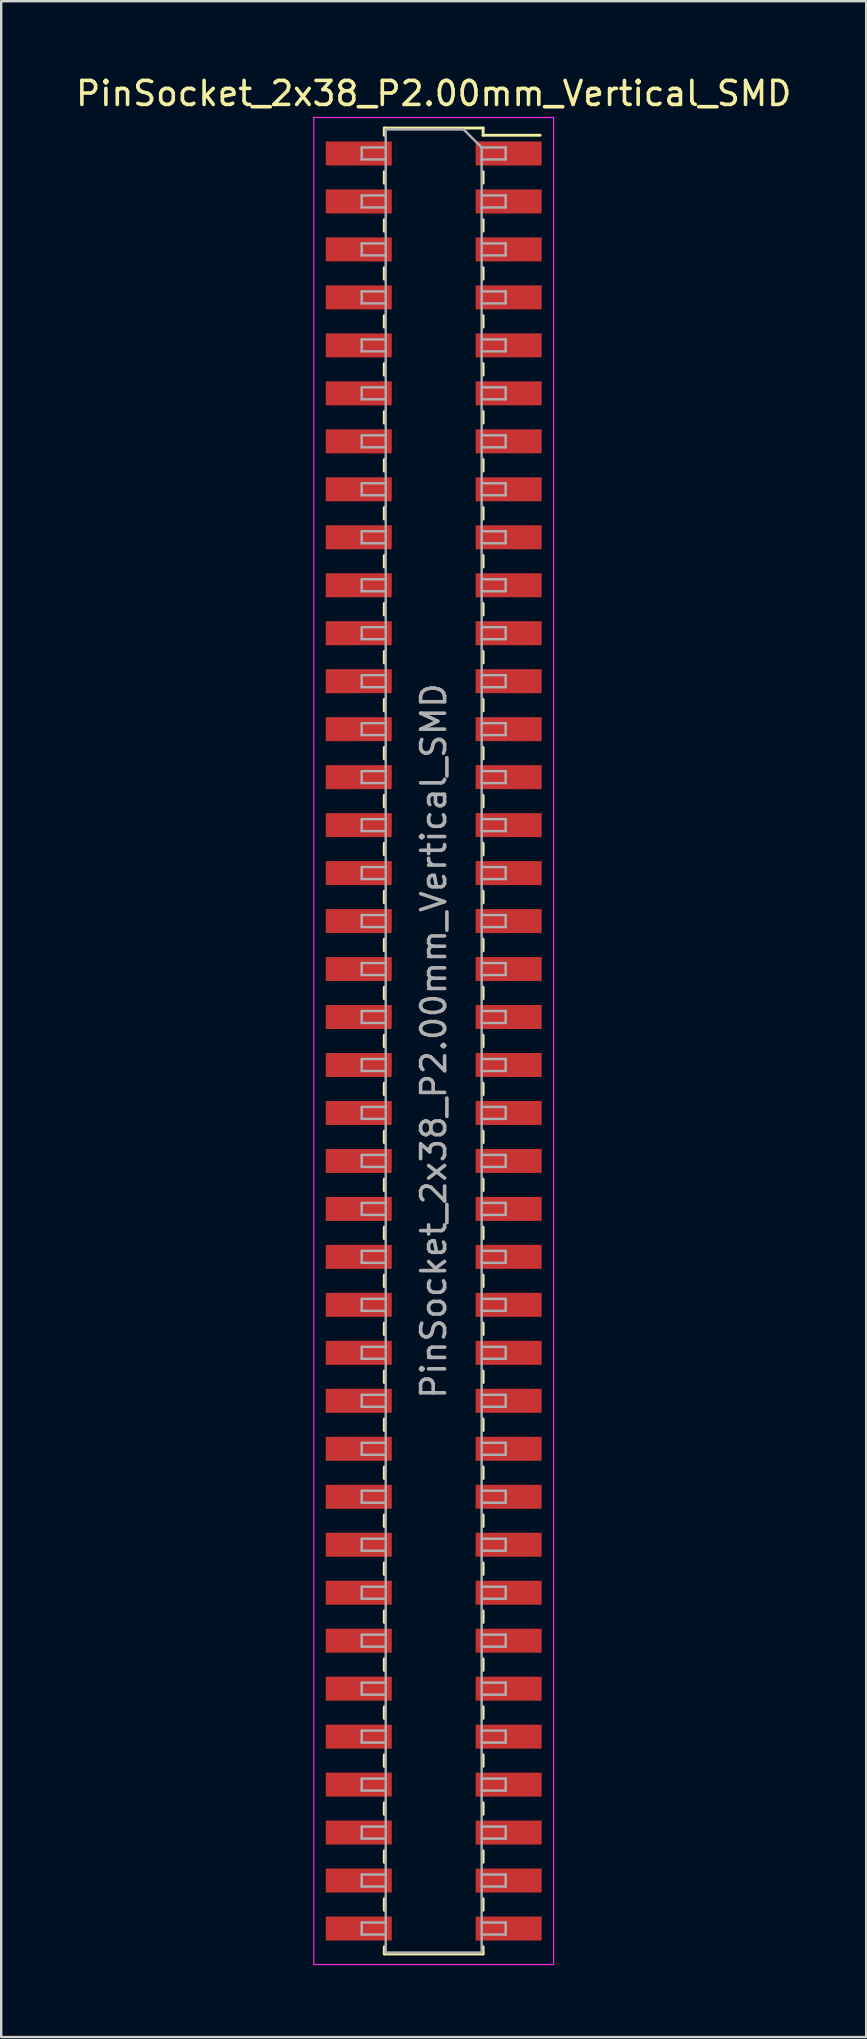
<source format=kicad_pcb>
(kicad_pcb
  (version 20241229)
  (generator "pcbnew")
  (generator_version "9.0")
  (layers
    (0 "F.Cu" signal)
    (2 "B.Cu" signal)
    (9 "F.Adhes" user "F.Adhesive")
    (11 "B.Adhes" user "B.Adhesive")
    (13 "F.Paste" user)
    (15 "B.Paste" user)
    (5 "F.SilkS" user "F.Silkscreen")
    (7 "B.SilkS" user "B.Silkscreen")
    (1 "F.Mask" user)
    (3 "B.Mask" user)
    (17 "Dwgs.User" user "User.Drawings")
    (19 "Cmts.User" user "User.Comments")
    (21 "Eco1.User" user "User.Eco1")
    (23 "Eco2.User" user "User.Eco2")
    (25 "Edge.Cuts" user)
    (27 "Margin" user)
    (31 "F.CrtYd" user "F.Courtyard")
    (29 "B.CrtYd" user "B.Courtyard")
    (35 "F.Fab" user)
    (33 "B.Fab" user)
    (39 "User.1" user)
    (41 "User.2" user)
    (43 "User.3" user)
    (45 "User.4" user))
  (footprint "PinSocket_2x38_P2.00mm_Vertical_SMD"
    (layer "F.Cu")
    (at 15.03 40.348)
    (property "Reference" "PinSocket_2x38_P2.00mm_Vertical_SMD" (at 0 -39.5 0) (layer "F.SilkS") (effects (font (size 1 1) (thickness 0.15))))
    (attr smd)
    (fp_line (start -2.06 -38.06) (end -2.06 -37.76) (stroke (width 0.12) (type solid)) (layer "F.SilkS"))
    (fp_line (start -2.06 -38.06) (end 2.06 -38.06) (stroke (width 0.12) (type solid)) (layer "F.SilkS"))
    (fp_line (start -2.06 -36.24) (end -2.06 -35.76) (stroke (width 0.12) (type solid)) (layer "F.SilkS"))
    (fp_line (start -2.06 -34.24) (end -2.06 -33.76) (stroke (width 0.12) (type solid)) (layer "F.SilkS"))
    (fp_line (start -2.06 -32.24) (end -2.06 -31.76) (stroke (width 0.12) (type solid)) (layer "F.SilkS"))
    (fp_line (start -2.06 -30.24) (end -2.06 -29.76) (stroke (width 0.12) (type solid)) (layer "F.SilkS"))
    (fp_line (start -2.06 -28.24) (end -2.06 -27.76) (stroke (width 0.12) (type solid)) (layer "F.SilkS"))
    (fp_line (start -2.06 -26.24) (end -2.06 -25.76) (stroke (width 0.12) (type solid)) (layer "F.SilkS"))
    (fp_line (start -2.06 -24.24) (end -2.06 -23.76) (stroke (width 0.12) (type solid)) (layer "F.SilkS"))
    (fp_line (start -2.06 -22.24) (end -2.06 -21.76) (stroke (width 0.12) (type solid)) (layer "F.SilkS"))
    (fp_line (start -2.06 -20.24) (end -2.06 -19.76) (stroke (width 0.12) (type solid)) (layer "F.SilkS"))
    (fp_line (start -2.06 -18.24) (end -2.06 -17.76) (stroke (width 0.12) (type solid)) (layer "F.SilkS"))
    (fp_line (start -2.06 -16.24) (end -2.06 -15.76) (stroke (width 0.12) (type solid)) (layer "F.SilkS"))
    (fp_line (start -2.06 -14.24) (end -2.06 -13.76) (stroke (width 0.12) (type solid)) (layer "F.SilkS"))
    (fp_line (start -2.06 -12.24) (end -2.06 -11.76) (stroke (width 0.12) (type solid)) (layer "F.SilkS"))
    (fp_line (start -2.06 -10.24) (end -2.06 -9.76) (stroke (width 0.12) (type solid)) (layer "F.SilkS"))
    (fp_line (start -2.06 -8.24) (end -2.06 -7.76) (stroke (width 0.12) (type solid)) (layer "F.SilkS"))
    (fp_line (start -2.06 -6.24) (end -2.06 -5.76) (stroke (width 0.12) (type solid)) (layer "F.SilkS"))
    (fp_line (start -2.06 -4.24) (end -2.06 -3.76) (stroke (width 0.12) (type solid)) (layer "F.SilkS"))
    (fp_line (start -2.06 -2.24) (end -2.06 -1.76) (stroke (width 0.12) (type solid)) (layer "F.SilkS"))
    (fp_line (start -2.06 -0.24) (end -2.06 0.24) (stroke (width 0.12) (type solid)) (layer "F.SilkS"))
    (fp_line (start -2.06 1.76) (end -2.06 2.24) (stroke (width 0.12) (type solid)) (layer "F.SilkS"))
    (fp_line (start -2.06 3.76) (end -2.06 4.24) (stroke (width 0.12) (type solid)) (layer "F.SilkS"))
    (fp_line (start -2.06 5.76) (end -2.06 6.24) (stroke (width 0.12) (type solid)) (layer "F.SilkS"))
    (fp_line (start -2.06 7.76) (end -2.06 8.24) (stroke (width 0.12) (type solid)) (layer "F.SilkS"))
    (fp_line (start -2.06 9.76) (end -2.06 10.24) (stroke (width 0.12) (type solid)) (layer "F.SilkS"))
    (fp_line (start -2.06 11.76) (end -2.06 12.24) (stroke (width 0.12) (type solid)) (layer "F.SilkS"))
    (fp_line (start -2.06 13.76) (end -2.06 14.24) (stroke (width 0.12) (type solid)) (layer "F.SilkS"))
    (fp_line (start -2.06 15.76) (end -2.06 16.24) (stroke (width 0.12) (type solid)) (layer "F.SilkS"))
    (fp_line (start -2.06 17.76) (end -2.06 18.24) (stroke (width 0.12) (type solid)) (layer "F.SilkS"))
    (fp_line (start -2.06 19.76) (end -2.06 20.24) (stroke (width 0.12) (type solid)) (layer "F.SilkS"))
    (fp_line (start -2.06 21.76) (end -2.06 22.24) (stroke (width 0.12) (type solid)) (layer "F.SilkS"))
    (fp_line (start -2.06 23.76) (end -2.06 24.24) (stroke (width 0.12) (type solid)) (layer "F.SilkS"))
    (fp_line (start -2.06 25.76) (end -2.06 26.24) (stroke (width 0.12) (type solid)) (layer "F.SilkS"))
    (fp_line (start -2.06 27.76) (end -2.06 28.24) (stroke (width 0.12) (type solid)) (layer "F.SilkS"))
    (fp_line (start -2.06 29.76) (end -2.06 30.24) (stroke (width 0.12) (type solid)) (layer "F.SilkS"))
    (fp_line (start -2.06 31.76) (end -2.06 32.24) (stroke (width 0.12) (type solid)) (layer "F.SilkS"))
    (fp_line (start -2.06 33.76) (end -2.06 34.24) (stroke (width 0.12) (type solid)) (layer "F.SilkS"))
    (fp_line (start -2.06 35.76) (end -2.06 36.24) (stroke (width 0.12) (type solid)) (layer "F.SilkS"))
    (fp_line (start -2.06 37.76) (end -2.06 38.06) (stroke (width 0.12) (type solid)) (layer "F.SilkS"))
    (fp_line (start -2.06 38.06) (end 2.06 38.06) (stroke (width 0.12) (type solid)) (layer "F.SilkS"))
    (fp_line (start 2.06 -38.06) (end 2.06 -37.76) (stroke (width 0.12) (type solid)) (layer "F.SilkS"))
    (fp_line (start 2.06 -37.76) (end 4.44 -37.76) (stroke (width 0.12) (type solid)) (layer "F.SilkS"))
    (fp_line (start 2.06 -36.24) (end 2.06 -35.76) (stroke (width 0.12) (type solid)) (layer "F.SilkS"))
    (fp_line (start 2.06 -34.24) (end 2.06 -33.76) (stroke (width 0.12) (type solid)) (layer "F.SilkS"))
    (fp_line (start 2.06 -32.24) (end 2.06 -31.76) (stroke (width 0.12) (type solid)) (layer "F.SilkS"))
    (fp_line (start 2.06 -30.24) (end 2.06 -29.76) (stroke (width 0.12) (type solid)) (layer "F.SilkS"))
    (fp_line (start 2.06 -28.24) (end 2.06 -27.76) (stroke (width 0.12) (type solid)) (layer "F.SilkS"))
    (fp_line (start 2.06 -26.24) (end 2.06 -25.76) (stroke (width 0.12) (type solid)) (layer "F.SilkS"))
    (fp_line (start 2.06 -24.24) (end 2.06 -23.76) (stroke (width 0.12) (type solid)) (layer "F.SilkS"))
    (fp_line (start 2.06 -22.24) (end 2.06 -21.76) (stroke (width 0.12) (type solid)) (layer "F.SilkS"))
    (fp_line (start 2.06 -20.24) (end 2.06 -19.76) (stroke (width 0.12) (type solid)) (layer "F.SilkS"))
    (fp_line (start 2.06 -18.24) (end 2.06 -17.76) (stroke (width 0.12) (type solid)) (layer "F.SilkS"))
    (fp_line (start 2.06 -16.24) (end 2.06 -15.76) (stroke (width 0.12) (type solid)) (layer "F.SilkS"))
    (fp_line (start 2.06 -14.24) (end 2.06 -13.76) (stroke (width 0.12) (type solid)) (layer "F.SilkS"))
    (fp_line (start 2.06 -12.24) (end 2.06 -11.76) (stroke (width 0.12) (type solid)) (layer "F.SilkS"))
    (fp_line (start 2.06 -10.24) (end 2.06 -9.76) (stroke (width 0.12) (type solid)) (layer "F.SilkS"))
    (fp_line (start 2.06 -8.24) (end 2.06 -7.76) (stroke (width 0.12) (type solid)) (layer "F.SilkS"))
    (fp_line (start 2.06 -6.24) (end 2.06 -5.76) (stroke (width 0.12) (type solid)) (layer "F.SilkS"))
    (fp_line (start 2.06 -4.24) (end 2.06 -3.76) (stroke (width 0.12) (type solid)) (layer "F.SilkS"))
    (fp_line (start 2.06 -2.24) (end 2.06 -1.76) (stroke (width 0.12) (type solid)) (layer "F.SilkS"))
    (fp_line (start 2.06 -0.24) (end 2.06 0.24) (stroke (width 0.12) (type solid)) (layer "F.SilkS"))
    (fp_line (start 2.06 1.76) (end 2.06 2.24) (stroke (width 0.12) (type solid)) (layer "F.SilkS"))
    (fp_line (start 2.06 3.76) (end 2.06 4.24) (stroke (width 0.12) (type solid)) (layer "F.SilkS"))
    (fp_line (start 2.06 5.76) (end 2.06 6.24) (stroke (width 0.12) (type solid)) (layer "F.SilkS"))
    (fp_line (start 2.06 7.76) (end 2.06 8.24) (stroke (width 0.12) (type solid)) (layer "F.SilkS"))
    (fp_line (start 2.06 9.76) (end 2.06 10.24) (stroke (width 0.12) (type solid)) (layer "F.SilkS"))
    (fp_line (start 2.06 11.76) (end 2.06 12.24) (stroke (width 0.12) (type solid)) (layer "F.SilkS"))
    (fp_line (start 2.06 13.76) (end 2.06 14.24) (stroke (width 0.12) (type solid)) (layer "F.SilkS"))
    (fp_line (start 2.06 15.76) (end 2.06 16.24) (stroke (width 0.12) (type solid)) (layer "F.SilkS"))
    (fp_line (start 2.06 17.76) (end 2.06 18.24) (stroke (width 0.12) (type solid)) (layer "F.SilkS"))
    (fp_line (start 2.06 19.76) (end 2.06 20.24) (stroke (width 0.12) (type solid)) (layer "F.SilkS"))
    (fp_line (start 2.06 21.76) (end 2.06 22.24) (stroke (width 0.12) (type solid)) (layer "F.SilkS"))
    (fp_line (start 2.06 23.76) (end 2.06 24.24) (stroke (width 0.12) (type solid)) (layer "F.SilkS"))
    (fp_line (start 2.06 25.76) (end 2.06 26.24) (stroke (width 0.12) (type solid)) (layer "F.SilkS"))
    (fp_line (start 2.06 27.76) (end 2.06 28.24) (stroke (width 0.12) (type solid)) (layer "F.SilkS"))
    (fp_line (start 2.06 29.76) (end 2.06 30.24) (stroke (width 0.12) (type solid)) (layer "F.SilkS"))
    (fp_line (start 2.06 31.76) (end 2.06 32.24) (stroke (width 0.12) (type solid)) (layer "F.SilkS"))
    (fp_line (start 2.06 33.76) (end 2.06 34.24) (stroke (width 0.12) (type solid)) (layer "F.SilkS"))
    (fp_line (start 2.06 35.76) (end 2.06 36.24) (stroke (width 0.12) (type solid)) (layer "F.SilkS"))
    (fp_line (start 2.06 37.76) (end 2.06 38.06) (stroke (width 0.12) (type solid)) (layer "F.SilkS"))
    (fp_line (start -5 -38.5) (end 5 -38.5) (stroke (width 0.05) (type solid)) (layer "F.CrtYd"))
    (fp_line (start -5 38.5) (end -5 -38.5) (stroke (width 0.05) (type solid)) (layer "F.CrtYd"))
    (fp_line (start 5 -38.5) (end 5 38.5) (stroke (width 0.05) (type solid)) (layer "F.CrtYd"))
    (fp_line (start 5 38.5) (end -5 38.5) (stroke (width 0.05) (type solid)) (layer "F.CrtYd"))
    (fp_line (start -3 -37.25) (end -2 -37.25) (stroke (width 0.1) (type solid)) (layer "F.Fab"))
    (fp_line (start -3 -36.75) (end -3 -37.25) (stroke (width 0.1) (type solid)) (layer "F.Fab"))
    (fp_line (start -3 -35.25) (end -2 -35.25) (stroke (width 0.1) (type solid)) (layer "F.Fab"))
    (fp_line (start -3 -34.75) (end -3 -35.25) (stroke (width 0.1) (type solid)) (layer "F.Fab"))
    (fp_line (start -3 -33.25) (end -2 -33.25) (stroke (width 0.1) (type solid)) (layer "F.Fab"))
    (fp_line (start -3 -32.75) (end -3 -33.25) (stroke (width 0.1) (type solid)) (layer "F.Fab"))
    (fp_line (start -3 -31.25) (end -2 -31.25) (stroke (width 0.1) (type solid)) (layer "F.Fab"))
    (fp_line (start -3 -30.75) (end -3 -31.25) (stroke (width 0.1) (type solid)) (layer "F.Fab"))
    (fp_line (start -3 -29.25) (end -2 -29.25) (stroke (width 0.1) (type solid)) (layer "F.Fab"))
    (fp_line (start -3 -28.75) (end -3 -29.25) (stroke (width 0.1) (type solid)) (layer "F.Fab"))
    (fp_line (start -3 -27.25) (end -2 -27.25) (stroke (width 0.1) (type solid)) (layer "F.Fab"))
    (fp_line (start -3 -26.75) (end -3 -27.25) (stroke (width 0.1) (type solid)) (layer "F.Fab"))
    (fp_line (start -3 -25.25) (end -2 -25.25) (stroke (width 0.1) (type solid)) (layer "F.Fab"))
    (fp_line (start -3 -24.75) (end -3 -25.25) (stroke (width 0.1) (type solid)) (layer "F.Fab"))
    (fp_line (start -3 -23.25) (end -2 -23.25) (stroke (width 0.1) (type solid)) (layer "F.Fab"))
    (fp_line (start -3 -22.75) (end -3 -23.25) (stroke (width 0.1) (type solid)) (layer "F.Fab"))
    (fp_line (start -3 -21.25) (end -2 -21.25) (stroke (width 0.1) (type solid)) (layer "F.Fab"))
    (fp_line (start -3 -20.75) (end -3 -21.25) (stroke (width 0.1) (type solid)) (layer "F.Fab"))
    (fp_line (start -3 -19.25) (end -2 -19.25) (stroke (width 0.1) (type solid)) (layer "F.Fab"))
    (fp_line (start -3 -18.75) (end -3 -19.25) (stroke (width 0.1) (type solid)) (layer "F.Fab"))
    (fp_line (start -3 -17.25) (end -2 -17.25) (stroke (width 0.1) (type solid)) (layer "F.Fab"))
    (fp_line (start -3 -16.75) (end -3 -17.25) (stroke (width 0.1) (type solid)) (layer "F.Fab"))
    (fp_line (start -3 -15.25) (end -2 -15.25) (stroke (width 0.1) (type solid)) (layer "F.Fab"))
    (fp_line (start -3 -14.75) (end -3 -15.25) (stroke (width 0.1) (type solid)) (layer "F.Fab"))
    (fp_line (start -3 -13.25) (end -2 -13.25) (stroke (width 0.1) (type solid)) (layer "F.Fab"))
    (fp_line (start -3 -12.75) (end -3 -13.25) (stroke (width 0.1) (type solid)) (layer "F.Fab"))
    (fp_line (start -3 -11.25) (end -2 -11.25) (stroke (width 0.1) (type solid)) (layer "F.Fab"))
    (fp_line (start -3 -10.75) (end -3 -11.25) (stroke (width 0.1) (type solid)) (layer "F.Fab"))
    (fp_line (start -3 -9.25) (end -2 -9.25) (stroke (width 0.1) (type solid)) (layer "F.Fab"))
    (fp_line (start -3 -8.75) (end -3 -9.25) (stroke (width 0.1) (type solid)) (layer "F.Fab"))
    (fp_line (start -3 -7.25) (end -2 -7.25) (stroke (width 0.1) (type solid)) (layer "F.Fab"))
    (fp_line (start -3 -6.75) (end -3 -7.25) (stroke (width 0.1) (type solid)) (layer "F.Fab"))
    (fp_line (start -3 -5.25) (end -2 -5.25) (stroke (width 0.1) (type solid)) (layer "F.Fab"))
    (fp_line (start -3 -4.75) (end -3 -5.25) (stroke (width 0.1) (type solid)) (layer "F.Fab"))
    (fp_line (start -3 -3.25) (end -2 -3.25) (stroke (width 0.1) (type solid)) (layer "F.Fab"))
    (fp_line (start -3 -2.75) (end -3 -3.25) (stroke (width 0.1) (type solid)) (layer "F.Fab"))
    (fp_line (start -3 -1.25) (end -2 -1.25) (stroke (width 0.1) (type solid)) (layer "F.Fab"))
    (fp_line (start -3 -0.75) (end -3 -1.25) (stroke (width 0.1) (type solid)) (layer "F.Fab"))
    (fp_line (start -3 0.75) (end -2 0.75) (stroke (width 0.1) (type solid)) (layer "F.Fab"))
    (fp_line (start -3 1.25) (end -3 0.75) (stroke (width 0.1) (type solid)) (layer "F.Fab"))
    (fp_line (start -3 2.75) (end -2 2.75) (stroke (width 0.1) (type solid)) (layer "F.Fab"))
    (fp_line (start -3 3.25) (end -3 2.75) (stroke (width 0.1) (type solid)) (layer "F.Fab"))
    (fp_line (start -3 4.75) (end -2 4.75) (stroke (width 0.1) (type solid)) (layer "F.Fab"))
    (fp_line (start -3 5.25) (end -3 4.75) (stroke (width 0.1) (type solid)) (layer "F.Fab"))
    (fp_line (start -3 6.75) (end -2 6.75) (stroke (width 0.1) (type solid)) (layer "F.Fab"))
    (fp_line (start -3 7.25) (end -3 6.75) (stroke (width 0.1) (type solid)) (layer "F.Fab"))
    (fp_line (start -3 8.75) (end -2 8.75) (stroke (width 0.1) (type solid)) (layer "F.Fab"))
    (fp_line (start -3 9.25) (end -3 8.75) (stroke (width 0.1) (type solid)) (layer "F.Fab"))
    (fp_line (start -3 10.75) (end -2 10.75) (stroke (width 0.1) (type solid)) (layer "F.Fab"))
    (fp_line (start -3 11.25) (end -3 10.75) (stroke (width 0.1) (type solid)) (layer "F.Fab"))
    (fp_line (start -3 12.75) (end -2 12.75) (stroke (width 0.1) (type solid)) (layer "F.Fab"))
    (fp_line (start -3 13.25) (end -3 12.75) (stroke (width 0.1) (type solid)) (layer "F.Fab"))
    (fp_line (start -3 14.75) (end -2 14.75) (stroke (width 0.1) (type solid)) (layer "F.Fab"))
    (fp_line (start -3 15.25) (end -3 14.75) (stroke (width 0.1) (type solid)) (layer "F.Fab"))
    (fp_line (start -3 16.75) (end -2 16.75) (stroke (width 0.1) (type solid)) (layer "F.Fab"))
    (fp_line (start -3 17.25) (end -3 16.75) (stroke (width 0.1) (type solid)) (layer "F.Fab"))
    (fp_line (start -3 18.75) (end -2 18.75) (stroke (width 0.1) (type solid)) (layer "F.Fab"))
    (fp_line (start -3 19.25) (end -3 18.75) (stroke (width 0.1) (type solid)) (layer "F.Fab"))
    (fp_line (start -3 20.75) (end -2 20.75) (stroke (width 0.1) (type solid)) (layer "F.Fab"))
    (fp_line (start -3 21.25) (end -3 20.75) (stroke (width 0.1) (type solid)) (layer "F.Fab"))
    (fp_line (start -3 22.75) (end -2 22.75) (stroke (width 0.1) (type solid)) (layer "F.Fab"))
    (fp_line (start -3 23.25) (end -3 22.75) (stroke (width 0.1) (type solid)) (layer "F.Fab"))
    (fp_line (start -3 24.75) (end -2 24.75) (stroke (width 0.1) (type solid)) (layer "F.Fab"))
    (fp_line (start -3 25.25) (end -3 24.75) (stroke (width 0.1) (type solid)) (layer "F.Fab"))
    (fp_line (start -3 26.75) (end -2 26.75) (stroke (width 0.1) (type solid)) (layer "F.Fab"))
    (fp_line (start -3 27.25) (end -3 26.75) (stroke (width 0.1) (type solid)) (layer "F.Fab"))
    (fp_line (start -3 28.75) (end -2 28.75) (stroke (width 0.1) (type solid)) (layer "F.Fab"))
    (fp_line (start -3 29.25) (end -3 28.75) (stroke (width 0.1) (type solid)) (layer "F.Fab"))
    (fp_line (start -3 30.75) (end -2 30.75) (stroke (width 0.1) (type solid)) (layer "F.Fab"))
    (fp_line (start -3 31.25) (end -3 30.75) (stroke (width 0.1) (type solid)) (layer "F.Fab"))
    (fp_line (start -3 32.75) (end -2 32.75) (stroke (width 0.1) (type solid)) (layer "F.Fab"))
    (fp_line (start -3 33.25) (end -3 32.75) (stroke (width 0.1) (type solid)) (layer "F.Fab"))
    (fp_line (start -3 34.75) (end -2 34.75) (stroke (width 0.1) (type solid)) (layer "F.Fab"))
    (fp_line (start -3 35.25) (end -3 34.75) (stroke (width 0.1) (type solid)) (layer "F.Fab"))
    (fp_line (start -3 36.75) (end -2 36.75) (stroke (width 0.1) (type solid)) (layer "F.Fab"))
    (fp_line (start -3 37.25) (end -3 36.75) (stroke (width 0.1) (type solid)) (layer "F.Fab"))
    (fp_line (start -2 -38) (end 1.25 -38) (stroke (width 0.1) (type solid)) (layer "F.Fab"))
    (fp_line (start -2 -36.75) (end -3 -36.75) (stroke (width 0.1) (type solid)) (layer "F.Fab"))
    (fp_line (start -2 -34.75) (end -3 -34.75) (stroke (width 0.1) (type solid)) (layer "F.Fab"))
    (fp_line (start -2 -32.75) (end -3 -32.75) (stroke (width 0.1) (type solid)) (layer "F.Fab"))
    (fp_line (start -2 -30.75) (end -3 -30.75) (stroke (width 0.1) (type solid)) (layer "F.Fab"))
    (fp_line (start -2 -28.75) (end -3 -28.75) (stroke (width 0.1) (type solid)) (layer "F.Fab"))
    (fp_line (start -2 -26.75) (end -3 -26.75) (stroke (width 0.1) (type solid)) (layer "F.Fab"))
    (fp_line (start -2 -24.75) (end -3 -24.75) (stroke (width 0.1) (type solid)) (layer "F.Fab"))
    (fp_line (start -2 -22.75) (end -3 -22.75) (stroke (width 0.1) (type solid)) (layer "F.Fab"))
    (fp_line (start -2 -20.75) (end -3 -20.75) (stroke (width 0.1) (type solid)) (layer "F.Fab"))
    (fp_line (start -2 -18.75) (end -3 -18.75) (stroke (width 0.1) (type solid)) (layer "F.Fab"))
    (fp_line (start -2 -16.75) (end -3 -16.75) (stroke (width 0.1) (type solid)) (layer "F.Fab"))
    (fp_line (start -2 -14.75) (end -3 -14.75) (stroke (width 0.1) (type solid)) (layer "F.Fab"))
    (fp_line (start -2 -12.75) (end -3 -12.75) (stroke (width 0.1) (type solid)) (layer "F.Fab"))
    (fp_line (start -2 -10.75) (end -3 -10.75) (stroke (width 0.1) (type solid)) (layer "F.Fab"))
    (fp_line (start -2 -8.75) (end -3 -8.75) (stroke (width 0.1) (type solid)) (layer "F.Fab"))
    (fp_line (start -2 -6.75) (end -3 -6.75) (stroke (width 0.1) (type solid)) (layer "F.Fab"))
    (fp_line (start -2 -4.75) (end -3 -4.75) (stroke (width 0.1) (type solid)) (layer "F.Fab"))
    (fp_line (start -2 -2.75) (end -3 -2.75) (stroke (width 0.1) (type solid)) (layer "F.Fab"))
    (fp_line (start -2 -0.75) (end -3 -0.75) (stroke (width 0.1) (type solid)) (layer "F.Fab"))
    (fp_line (start -2 1.25) (end -3 1.25) (stroke (width 0.1) (type solid)) (layer "F.Fab"))
    (fp_line (start -2 3.25) (end -3 3.25) (stroke (width 0.1) (type solid)) (layer "F.Fab"))
    (fp_line (start -2 5.25) (end -3 5.25) (stroke (width 0.1) (type solid)) (layer "F.Fab"))
    (fp_line (start -2 7.25) (end -3 7.25) (stroke (width 0.1) (type solid)) (layer "F.Fab"))
    (fp_line (start -2 9.25) (end -3 9.25) (stroke (width 0.1) (type solid)) (layer "F.Fab"))
    (fp_line (start -2 11.25) (end -3 11.25) (stroke (width 0.1) (type solid)) (layer "F.Fab"))
    (fp_line (start -2 13.25) (end -3 13.25) (stroke (width 0.1) (type solid)) (layer "F.Fab"))
    (fp_line (start -2 15.25) (end -3 15.25) (stroke (width 0.1) (type solid)) (layer "F.Fab"))
    (fp_line (start -2 17.25) (end -3 17.25) (stroke (width 0.1) (type solid)) (layer "F.Fab"))
    (fp_line (start -2 19.25) (end -3 19.25) (stroke (width 0.1) (type solid)) (layer "F.Fab"))
    (fp_line (start -2 21.25) (end -3 21.25) (stroke (width 0.1) (type solid)) (layer "F.Fab"))
    (fp_line (start -2 23.25) (end -3 23.25) (stroke (width 0.1) (type solid)) (layer "F.Fab"))
    (fp_line (start -2 25.25) (end -3 25.25) (stroke (width 0.1) (type solid)) (layer "F.Fab"))
    (fp_line (start -2 27.25) (end -3 27.25) (stroke (width 0.1) (type solid)) (layer "F.Fab"))
    (fp_line (start -2 29.25) (end -3 29.25) (stroke (width 0.1) (type solid)) (layer "F.Fab"))
    (fp_line (start -2 31.25) (end -3 31.25) (stroke (width 0.1) (type solid)) (layer "F.Fab"))
    (fp_line (start -2 33.25) (end -3 33.25) (stroke (width 0.1) (type solid)) (layer "F.Fab"))
    (fp_line (start -2 35.25) (end -3 35.25) (stroke (width 0.1) (type solid)) (layer "F.Fab"))
    (fp_line (start -2 37.25) (end -3 37.25) (stroke (width 0.1) (type solid)) (layer "F.Fab"))
    (fp_line (start -2 38) (end -2 -38) (stroke (width 0.1) (type solid)) (layer "F.Fab"))
    (fp_line (start 1.25 -38) (end 2 -37.25) (stroke (width 0.1) (type solid)) (layer "F.Fab"))
    (fp_line (start 2 -37.25) (end 2 38) (stroke (width 0.1) (type solid)) (layer "F.Fab"))
    (fp_line (start 2 -37.25) (end 3 -37.25) (stroke (width 0.1) (type solid)) (layer "F.Fab"))
    (fp_line (start 2 -35.25) (end 3 -35.25) (stroke (width 0.1) (type solid)) (layer "F.Fab"))
    (fp_line (start 2 -33.25) (end 3 -33.25) (stroke (width 0.1) (type solid)) (layer "F.Fab"))
    (fp_line (start 2 -31.25) (end 3 -31.25) (stroke (width 0.1) (type solid)) (layer "F.Fab"))
    (fp_line (start 2 -29.25) (end 3 -29.25) (stroke (width 0.1) (type solid)) (layer "F.Fab"))
    (fp_line (start 2 -27.25) (end 3 -27.25) (stroke (width 0.1) (type solid)) (layer "F.Fab"))
    (fp_line (start 2 -25.25) (end 3 -25.25) (stroke (width 0.1) (type solid)) (layer "F.Fab"))
    (fp_line (start 2 -23.25) (end 3 -23.25) (stroke (width 0.1) (type solid)) (layer "F.Fab"))
    (fp_line (start 2 -21.25) (end 3 -21.25) (stroke (width 0.1) (type solid)) (layer "F.Fab"))
    (fp_line (start 2 -19.25) (end 3 -19.25) (stroke (width 0.1) (type solid)) (layer "F.Fab"))
    (fp_line (start 2 -17.25) (end 3 -17.25) (stroke (width 0.1) (type solid)) (layer "F.Fab"))
    (fp_line (start 2 -15.25) (end 3 -15.25) (stroke (width 0.1) (type solid)) (layer "F.Fab"))
    (fp_line (start 2 -13.25) (end 3 -13.25) (stroke (width 0.1) (type solid)) (layer "F.Fab"))
    (fp_line (start 2 -11.25) (end 3 -11.25) (stroke (width 0.1) (type solid)) (layer "F.Fab"))
    (fp_line (start 2 -9.25) (end 3 -9.25) (stroke (width 0.1) (type solid)) (layer "F.Fab"))
    (fp_line (start 2 -7.25) (end 3 -7.25) (stroke (width 0.1) (type solid)) (layer "F.Fab"))
    (fp_line (start 2 -5.25) (end 3 -5.25) (stroke (width 0.1) (type solid)) (layer "F.Fab"))
    (fp_line (start 2 -3.25) (end 3 -3.25) (stroke (width 0.1) (type solid)) (layer "F.Fab"))
    (fp_line (start 2 -1.25) (end 3 -1.25) (stroke (width 0.1) (type solid)) (layer "F.Fab"))
    (fp_line (start 2 0.75) (end 3 0.75) (stroke (width 0.1) (type solid)) (layer "F.Fab"))
    (fp_line (start 2 2.75) (end 3 2.75) (stroke (width 0.1) (type solid)) (layer "F.Fab"))
    (fp_line (start 2 4.75) (end 3 4.75) (stroke (width 0.1) (type solid)) (layer "F.Fab"))
    (fp_line (start 2 6.75) (end 3 6.75) (stroke (width 0.1) (type solid)) (layer "F.Fab"))
    (fp_line (start 2 8.75) (end 3 8.75) (stroke (width 0.1) (type solid)) (layer "F.Fab"))
    (fp_line (start 2 10.75) (end 3 10.75) (stroke (width 0.1) (type solid)) (layer "F.Fab"))
    (fp_line (start 2 12.75) (end 3 12.75) (stroke (width 0.1) (type solid)) (layer "F.Fab"))
    (fp_line (start 2 14.75) (end 3 14.75) (stroke (width 0.1) (type solid)) (layer "F.Fab"))
    (fp_line (start 2 16.75) (end 3 16.75) (stroke (width 0.1) (type solid)) (layer "F.Fab"))
    (fp_line (start 2 18.75) (end 3 18.75) (stroke (width 0.1) (type solid)) (layer "F.Fab"))
    (fp_line (start 2 20.75) (end 3 20.75) (stroke (width 0.1) (type solid)) (layer "F.Fab"))
    (fp_line (start 2 22.75) (end 3 22.75) (stroke (width 0.1) (type solid)) (layer "F.Fab"))
    (fp_line (start 2 24.75) (end 3 24.75) (stroke (width 0.1) (type solid)) (layer "F.Fab"))
    (fp_line (start 2 26.75) (end 3 26.75) (stroke (width 0.1) (type solid)) (layer "F.Fab"))
    (fp_line (start 2 28.75) (end 3 28.75) (stroke (width 0.1) (type solid)) (layer "F.Fab"))
    (fp_line (start 2 30.75) (end 3 30.75) (stroke (width 0.1) (type solid)) (layer "F.Fab"))
    (fp_line (start 2 32.75) (end 3 32.75) (stroke (width 0.1) (type solid)) (layer "F.Fab"))
    (fp_line (start 2 34.75) (end 3 34.75) (stroke (width 0.1) (type solid)) (layer "F.Fab"))
    (fp_line (start 2 36.75) (end 3 36.75) (stroke (width 0.1) (type solid)) (layer "F.Fab"))
    (fp_line (start 2 38) (end -2 38) (stroke (width 0.1) (type solid)) (layer "F.Fab"))
    (fp_line (start 3 -37.25) (end 3 -36.75) (stroke (width 0.1) (type solid)) (layer "F.Fab"))
    (fp_line (start 3 -36.75) (end 2 -36.75) (stroke (width 0.1) (type solid)) (layer "F.Fab"))
    (fp_line (start 3 -35.25) (end 3 -34.75) (stroke (width 0.1) (type solid)) (layer "F.Fab"))
    (fp_line (start 3 -34.75) (end 2 -34.75) (stroke (width 0.1) (type solid)) (layer "F.Fab"))
    (fp_line (start 3 -33.25) (end 3 -32.75) (stroke (width 0.1) (type solid)) (layer "F.Fab"))
    (fp_line (start 3 -32.75) (end 2 -32.75) (stroke (width 0.1) (type solid)) (layer "F.Fab"))
    (fp_line (start 3 -31.25) (end 3 -30.75) (stroke (width 0.1) (type solid)) (layer "F.Fab"))
    (fp_line (start 3 -30.75) (end 2 -30.75) (stroke (width 0.1) (type solid)) (layer "F.Fab"))
    (fp_line (start 3 -29.25) (end 3 -28.75) (stroke (width 0.1) (type solid)) (layer "F.Fab"))
    (fp_line (start 3 -28.75) (end 2 -28.75) (stroke (width 0.1) (type solid)) (layer "F.Fab"))
    (fp_line (start 3 -27.25) (end 3 -26.75) (stroke (width 0.1) (type solid)) (layer "F.Fab"))
    (fp_line (start 3 -26.75) (end 2 -26.75) (stroke (width 0.1) (type solid)) (layer "F.Fab"))
    (fp_line (start 3 -25.25) (end 3 -24.75) (stroke (width 0.1) (type solid)) (layer "F.Fab"))
    (fp_line (start 3 -24.75) (end 2 -24.75) (stroke (width 0.1) (type solid)) (layer "F.Fab"))
    (fp_line (start 3 -23.25) (end 3 -22.75) (stroke (width 0.1) (type solid)) (layer "F.Fab"))
    (fp_line (start 3 -22.75) (end 2 -22.75) (stroke (width 0.1) (type solid)) (layer "F.Fab"))
    (fp_line (start 3 -21.25) (end 3 -20.75) (stroke (width 0.1) (type solid)) (layer "F.Fab"))
    (fp_line (start 3 -20.75) (end 2 -20.75) (stroke (width 0.1) (type solid)) (layer "F.Fab"))
    (fp_line (start 3 -19.25) (end 3 -18.75) (stroke (width 0.1) (type solid)) (layer "F.Fab"))
    (fp_line (start 3 -18.75) (end 2 -18.75) (stroke (width 0.1) (type solid)) (layer "F.Fab"))
    (fp_line (start 3 -17.25) (end 3 -16.75) (stroke (width 0.1) (type solid)) (layer "F.Fab"))
    (fp_line (start 3 -16.75) (end 2 -16.75) (stroke (width 0.1) (type solid)) (layer "F.Fab"))
    (fp_line (start 3 -15.25) (end 3 -14.75) (stroke (width 0.1) (type solid)) (layer "F.Fab"))
    (fp_line (start 3 -14.75) (end 2 -14.75) (stroke (width 0.1) (type solid)) (layer "F.Fab"))
    (fp_line (start 3 -13.25) (end 3 -12.75) (stroke (width 0.1) (type solid)) (layer "F.Fab"))
    (fp_line (start 3 -12.75) (end 2 -12.75) (stroke (width 0.1) (type solid)) (layer "F.Fab"))
    (fp_line (start 3 -11.25) (end 3 -10.75) (stroke (width 0.1) (type solid)) (layer "F.Fab"))
    (fp_line (start 3 -10.75) (end 2 -10.75) (stroke (width 0.1) (type solid)) (layer "F.Fab"))
    (fp_line (start 3 -9.25) (end 3 -8.75) (stroke (width 0.1) (type solid)) (layer "F.Fab"))
    (fp_line (start 3 -8.75) (end 2 -8.75) (stroke (width 0.1) (type solid)) (layer "F.Fab"))
    (fp_line (start 3 -7.25) (end 3 -6.75) (stroke (width 0.1) (type solid)) (layer "F.Fab"))
    (fp_line (start 3 -6.75) (end 2 -6.75) (stroke (width 0.1) (type solid)) (layer "F.Fab"))
    (fp_line (start 3 -5.25) (end 3 -4.75) (stroke (width 0.1) (type solid)) (layer "F.Fab"))
    (fp_line (start 3 -4.75) (end 2 -4.75) (stroke (width 0.1) (type solid)) (layer "F.Fab"))
    (fp_line (start 3 -3.25) (end 3 -2.75) (stroke (width 0.1) (type solid)) (layer "F.Fab"))
    (fp_line (start 3 -2.75) (end 2 -2.75) (stroke (width 0.1) (type solid)) (layer "F.Fab"))
    (fp_line (start 3 -1.25) (end 3 -0.75) (stroke (width 0.1) (type solid)) (layer "F.Fab"))
    (fp_line (start 3 -0.75) (end 2 -0.75) (stroke (width 0.1) (type solid)) (layer "F.Fab"))
    (fp_line (start 3 0.75) (end 3 1.25) (stroke (width 0.1) (type solid)) (layer "F.Fab"))
    (fp_line (start 3 1.25) (end 2 1.25) (stroke (width 0.1) (type solid)) (layer "F.Fab"))
    (fp_line (start 3 2.75) (end 3 3.25) (stroke (width 0.1) (type solid)) (layer "F.Fab"))
    (fp_line (start 3 3.25) (end 2 3.25) (stroke (width 0.1) (type solid)) (layer "F.Fab"))
    (fp_line (start 3 4.75) (end 3 5.25) (stroke (width 0.1) (type solid)) (layer "F.Fab"))
    (fp_line (start 3 5.25) (end 2 5.25) (stroke (width 0.1) (type solid)) (layer "F.Fab"))
    (fp_line (start 3 6.75) (end 3 7.25) (stroke (width 0.1) (type solid)) (layer "F.Fab"))
    (fp_line (start 3 7.25) (end 2 7.25) (stroke (width 0.1) (type solid)) (layer "F.Fab"))
    (fp_line (start 3 8.75) (end 3 9.25) (stroke (width 0.1) (type solid)) (layer "F.Fab"))
    (fp_line (start 3 9.25) (end 2 9.25) (stroke (width 0.1) (type solid)) (layer "F.Fab"))
    (fp_line (start 3 10.75) (end 3 11.25) (stroke (width 0.1) (type solid)) (layer "F.Fab"))
    (fp_line (start 3 11.25) (end 2 11.25) (stroke (width 0.1) (type solid)) (layer "F.Fab"))
    (fp_line (start 3 12.75) (end 3 13.25) (stroke (width 0.1) (type solid)) (layer "F.Fab"))
    (fp_line (start 3 13.25) (end 2 13.25) (stroke (width 0.1) (type solid)) (layer "F.Fab"))
    (fp_line (start 3 14.75) (end 3 15.25) (stroke (width 0.1) (type solid)) (layer "F.Fab"))
    (fp_line (start 3 15.25) (end 2 15.25) (stroke (width 0.1) (type solid)) (layer "F.Fab"))
    (fp_line (start 3 16.75) (end 3 17.25) (stroke (width 0.1) (type solid)) (layer "F.Fab"))
    (fp_line (start 3 17.25) (end 2 17.25) (stroke (width 0.1) (type solid)) (layer "F.Fab"))
    (fp_line (start 3 18.75) (end 3 19.25) (stroke (width 0.1) (type solid)) (layer "F.Fab"))
    (fp_line (start 3 19.25) (end 2 19.25) (stroke (width 0.1) (type solid)) (layer "F.Fab"))
    (fp_line (start 3 20.75) (end 3 21.25) (stroke (width 0.1) (type solid)) (layer "F.Fab"))
    (fp_line (start 3 21.25) (end 2 21.25) (stroke (width 0.1) (type solid)) (layer "F.Fab"))
    (fp_line (start 3 22.75) (end 3 23.25) (stroke (width 0.1) (type solid)) (layer "F.Fab"))
    (fp_line (start 3 23.25) (end 2 23.25) (stroke (width 0.1) (type solid)) (layer "F.Fab"))
    (fp_line (start 3 24.75) (end 3 25.25) (stroke (width 0.1) (type solid)) (layer "F.Fab"))
    (fp_line (start 3 25.25) (end 2 25.25) (stroke (width 0.1) (type solid)) (layer "F.Fab"))
    (fp_line (start 3 26.75) (end 3 27.25) (stroke (width 0.1) (type solid)) (layer "F.Fab"))
    (fp_line (start 3 27.25) (end 2 27.25) (stroke (width 0.1) (type solid)) (layer "F.Fab"))
    (fp_line (start 3 28.75) (end 3 29.25) (stroke (width 0.1) (type solid)) (layer "F.Fab"))
    (fp_line (start 3 29.25) (end 2 29.25) (stroke (width 0.1) (type solid)) (layer "F.Fab"))
    (fp_line (start 3 30.75) (end 3 31.25) (stroke (width 0.1) (type solid)) (layer "F.Fab"))
    (fp_line (start 3 31.25) (end 2 31.25) (stroke (width 0.1) (type solid)) (layer "F.Fab"))
    (fp_line (start 3 32.75) (end 3 33.25) (stroke (width 0.1) (type solid)) (layer "F.Fab"))
    (fp_line (start 3 33.25) (end 2 33.25) (stroke (width 0.1) (type solid)) (layer "F.Fab"))
    (fp_line (start 3 34.75) (end 3 35.25) (stroke (width 0.1) (type solid)) (layer "F.Fab"))
    (fp_line (start 3 35.25) (end 2 35.25) (stroke (width 0.1) (type solid)) (layer "F.Fab"))
    (fp_line (start 3 36.75) (end 3 37.25) (stroke (width 0.1) (type solid)) (layer "F.Fab"))
    (fp_line (start 3 37.25) (end 2 37.25) (stroke (width 0.1) (type solid)) (layer "F.Fab"))
    (fp_text user "${REFERENCE}" (at 0 0 90) (layer "F.Fab") (effects (font (size 1 1) (thickness 0.15))))
    (pad "1" smd rect (at 3.125 -37) (size 2.75 1) (layers "F.Cu" "F.Mask" "F.Paste"))
    (pad "2" smd rect (at -3.125 -37) (size 2.75 1) (layers "F.Cu" "F.Mask" "F.Paste"))
    (pad "3" smd rect (at 3.125 -35) (size 2.75 1) (layers "F.Cu" "F.Mask" "F.Paste"))
    (pad "4" smd rect (at -3.125 -35) (size 2.75 1) (layers "F.Cu" "F.Mask" "F.Paste"))
    (pad "5" smd rect (at 3.125 -33) (size 2.75 1) (layers "F.Cu" "F.Mask" "F.Paste"))
    (pad "6" smd rect (at -3.125 -33) (size 2.75 1) (layers "F.Cu" "F.Mask" "F.Paste"))
    (pad "7" smd rect (at 3.125 -31) (size 2.75 1) (layers "F.Cu" "F.Mask" "F.Paste"))
    (pad "8" smd rect (at -3.125 -31) (size 2.75 1) (layers "F.Cu" "F.Mask" "F.Paste"))
    (pad "9" smd rect (at 3.125 -29) (size 2.75 1) (layers "F.Cu" "F.Mask" "F.Paste"))
    (pad "10" smd rect (at -3.125 -29) (size 2.75 1) (layers "F.Cu" "F.Mask" "F.Paste"))
    (pad "11" smd rect (at 3.125 -27) (size 2.75 1) (layers "F.Cu" "F.Mask" "F.Paste"))
    (pad "12" smd rect (at -3.125 -27) (size 2.75 1) (layers "F.Cu" "F.Mask" "F.Paste"))
    (pad "13" smd rect (at 3.125 -25) (size 2.75 1) (layers "F.Cu" "F.Mask" "F.Paste"))
    (pad "14" smd rect (at -3.125 -25) (size 2.75 1) (layers "F.Cu" "F.Mask" "F.Paste"))
    (pad "15" smd rect (at 3.125 -23) (size 2.75 1) (layers "F.Cu" "F.Mask" "F.Paste"))
    (pad "16" smd rect (at -3.125 -23) (size 2.75 1) (layers "F.Cu" "F.Mask" "F.Paste"))
    (pad "17" smd rect (at 3.125 -21) (size 2.75 1) (layers "F.Cu" "F.Mask" "F.Paste"))
    (pad "18" smd rect (at -3.125 -21) (size 2.75 1) (layers "F.Cu" "F.Mask" "F.Paste"))
    (pad "19" smd rect (at 3.125 -19) (size 2.75 1) (layers "F.Cu" "F.Mask" "F.Paste"))
    (pad "20" smd rect (at -3.125 -19) (size 2.75 1) (layers "F.Cu" "F.Mask" "F.Paste"))
    (pad "21" smd rect (at 3.125 -17) (size 2.75 1) (layers "F.Cu" "F.Mask" "F.Paste"))
    (pad "22" smd rect (at -3.125 -17) (size 2.75 1) (layers "F.Cu" "F.Mask" "F.Paste"))
    (pad "23" smd rect (at 3.125 -15) (size 2.75 1) (layers "F.Cu" "F.Mask" "F.Paste"))
    (pad "24" smd rect (at -3.125 -15) (size 2.75 1) (layers "F.Cu" "F.Mask" "F.Paste"))
    (pad "25" smd rect (at 3.125 -13) (size 2.75 1) (layers "F.Cu" "F.Mask" "F.Paste"))
    (pad "26" smd rect (at -3.125 -13) (size 2.75 1) (layers "F.Cu" "F.Mask" "F.Paste"))
    (pad "27" smd rect (at 3.125 -11) (size 2.75 1) (layers "F.Cu" "F.Mask" "F.Paste"))
    (pad "28" smd rect (at -3.125 -11) (size 2.75 1) (layers "F.Cu" "F.Mask" "F.Paste"))
    (pad "29" smd rect (at 3.125 -9) (size 2.75 1) (layers "F.Cu" "F.Mask" "F.Paste"))
    (pad "30" smd rect (at -3.125 -9) (size 2.75 1) (layers "F.Cu" "F.Mask" "F.Paste"))
    (pad "31" smd rect (at 3.125 -7) (size 2.75 1) (layers "F.Cu" "F.Mask" "F.Paste"))
    (pad "32" smd rect (at -3.125 -7) (size 2.75 1) (layers "F.Cu" "F.Mask" "F.Paste"))
    (pad "33" smd rect (at 3.125 -5) (size 2.75 1) (layers "F.Cu" "F.Mask" "F.Paste"))
    (pad "34" smd rect (at -3.125 -5) (size 2.75 1) (layers "F.Cu" "F.Mask" "F.Paste"))
    (pad "35" smd rect (at 3.125 -3) (size 2.75 1) (layers "F.Cu" "F.Mask" "F.Paste"))
    (pad "36" smd rect (at -3.125 -3) (size 2.75 1) (layers "F.Cu" "F.Mask" "F.Paste"))
    (pad "37" smd rect (at 3.125 -1) (size 2.75 1) (layers "F.Cu" "F.Mask" "F.Paste"))
    (pad "38" smd rect (at -3.125 -1) (size 2.75 1) (layers "F.Cu" "F.Mask" "F.Paste"))
    (pad "39" smd rect (at 3.125 1) (size 2.75 1) (layers "F.Cu" "F.Mask" "F.Paste"))
    (pad "40" smd rect (at -3.125 1) (size 2.75 1) (layers "F.Cu" "F.Mask" "F.Paste"))
    (pad "41" smd rect (at 3.125 3) (size 2.75 1) (layers "F.Cu" "F.Mask" "F.Paste"))
    (pad "42" smd rect (at -3.125 3) (size 2.75 1) (layers "F.Cu" "F.Mask" "F.Paste"))
    (pad "43" smd rect (at 3.125 5) (size 2.75 1) (layers "F.Cu" "F.Mask" "F.Paste"))
    (pad "44" smd rect (at -3.125 5) (size 2.75 1) (layers "F.Cu" "F.Mask" "F.Paste"))
    (pad "45" smd rect (at 3.125 7) (size 2.75 1) (layers "F.Cu" "F.Mask" "F.Paste"))
    (pad "46" smd rect (at -3.125 7) (size 2.75 1) (layers "F.Cu" "F.Mask" "F.Paste"))
    (pad "47" smd rect (at 3.125 9) (size 2.75 1) (layers "F.Cu" "F.Mask" "F.Paste"))
    (pad "48" smd rect (at -3.125 9) (size 2.75 1) (layers "F.Cu" "F.Mask" "F.Paste"))
    (pad "49" smd rect (at 3.125 11) (size 2.75 1) (layers "F.Cu" "F.Mask" "F.Paste"))
    (pad "50" smd rect (at -3.125 11) (size 2.75 1) (layers "F.Cu" "F.Mask" "F.Paste"))
    (pad "51" smd rect (at 3.125 13) (size 2.75 1) (layers "F.Cu" "F.Mask" "F.Paste"))
    (pad "52" smd rect (at -3.125 13) (size 2.75 1) (layers "F.Cu" "F.Mask" "F.Paste"))
    (pad "53" smd rect (at 3.125 15) (size 2.75 1) (layers "F.Cu" "F.Mask" "F.Paste"))
    (pad "54" smd rect (at -3.125 15) (size 2.75 1) (layers "F.Cu" "F.Mask" "F.Paste"))
    (pad "55" smd rect (at 3.125 17) (size 2.75 1) (layers "F.Cu" "F.Mask" "F.Paste"))
    (pad "56" smd rect (at -3.125 17) (size 2.75 1) (layers "F.Cu" "F.Mask" "F.Paste"))
    (pad "57" smd rect (at 3.125 19) (size 2.75 1) (layers "F.Cu" "F.Mask" "F.Paste"))
    (pad "58" smd rect (at -3.125 19) (size 2.75 1) (layers "F.Cu" "F.Mask" "F.Paste"))
    (pad "59" smd rect (at 3.125 21) (size 2.75 1) (layers "F.Cu" "F.Mask" "F.Paste"))
    (pad "60" smd rect (at -3.125 21) (size 2.75 1) (layers "F.Cu" "F.Mask" "F.Paste"))
    (pad "61" smd rect (at 3.125 23) (size 2.75 1) (layers "F.Cu" "F.Mask" "F.Paste"))
    (pad "62" smd rect (at -3.125 23) (size 2.75 1) (layers "F.Cu" "F.Mask" "F.Paste"))
    (pad "63" smd rect (at 3.125 25) (size 2.75 1) (layers "F.Cu" "F.Mask" "F.Paste"))
    (pad "64" smd rect (at -3.125 25) (size 2.75 1) (layers "F.Cu" "F.Mask" "F.Paste"))
    (pad "65" smd rect (at 3.125 27) (size 2.75 1) (layers "F.Cu" "F.Mask" "F.Paste"))
    (pad "66" smd rect (at -3.125 27) (size 2.75 1) (layers "F.Cu" "F.Mask" "F.Paste"))
    (pad "67" smd rect (at 3.125 29) (size 2.75 1) (layers "F.Cu" "F.Mask" "F.Paste"))
    (pad "68" smd rect (at -3.125 29) (size 2.75 1) (layers "F.Cu" "F.Mask" "F.Paste"))
    (pad "69" smd rect (at 3.125 31) (size 2.75 1) (layers "F.Cu" "F.Mask" "F.Paste"))
    (pad "70" smd rect (at -3.125 31) (size 2.75 1) (layers "F.Cu" "F.Mask" "F.Paste"))
    (pad "71" smd rect (at 3.125 33) (size 2.75 1) (layers "F.Cu" "F.Mask" "F.Paste"))
    (pad "72" smd rect (at -3.125 33) (size 2.75 1) (layers "F.Cu" "F.Mask" "F.Paste"))
    (pad "73" smd rect (at 3.125 35) (size 2.75 1) (layers "F.Cu" "F.Mask" "F.Paste"))
    (pad "74" smd rect (at -3.125 35) (size 2.75 1) (layers "F.Cu" "F.Mask" "F.Paste"))
    (pad "75" smd rect (at 3.125 37) (size 2.75 1) (layers "F.Cu" "F.Mask" "F.Paste"))
    (pad "76" smd rect (at -3.125 37) (size 2.75 1) (layers "F.Cu" "F.Mask" "F.Paste")))
  (gr_rect
    (start -3 -3)
    (end 33.06 81.873)
    (stroke (width 0.1) (type default))
    (fill no)
    (layer "Edge.Cuts")))
</source>
